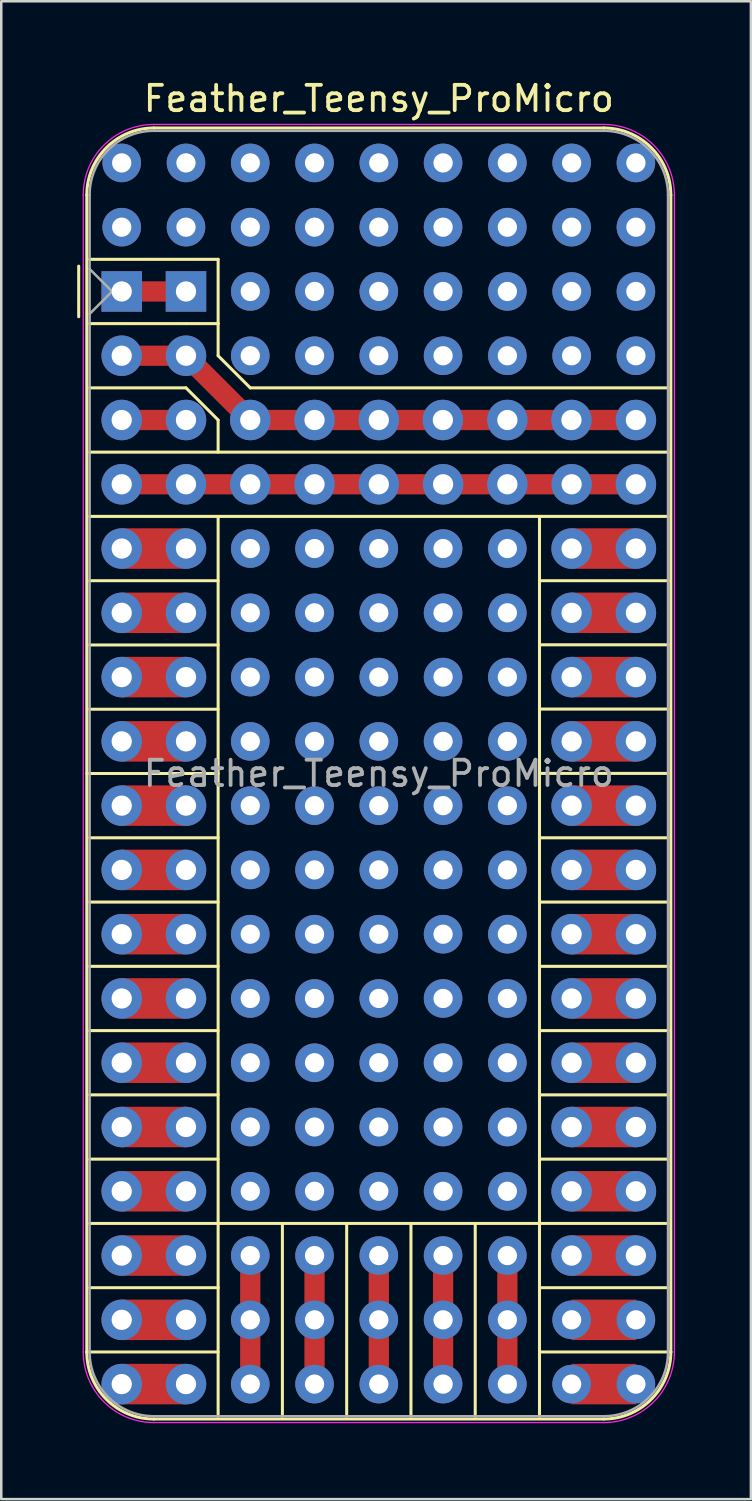
<source format=kicad_pcb>
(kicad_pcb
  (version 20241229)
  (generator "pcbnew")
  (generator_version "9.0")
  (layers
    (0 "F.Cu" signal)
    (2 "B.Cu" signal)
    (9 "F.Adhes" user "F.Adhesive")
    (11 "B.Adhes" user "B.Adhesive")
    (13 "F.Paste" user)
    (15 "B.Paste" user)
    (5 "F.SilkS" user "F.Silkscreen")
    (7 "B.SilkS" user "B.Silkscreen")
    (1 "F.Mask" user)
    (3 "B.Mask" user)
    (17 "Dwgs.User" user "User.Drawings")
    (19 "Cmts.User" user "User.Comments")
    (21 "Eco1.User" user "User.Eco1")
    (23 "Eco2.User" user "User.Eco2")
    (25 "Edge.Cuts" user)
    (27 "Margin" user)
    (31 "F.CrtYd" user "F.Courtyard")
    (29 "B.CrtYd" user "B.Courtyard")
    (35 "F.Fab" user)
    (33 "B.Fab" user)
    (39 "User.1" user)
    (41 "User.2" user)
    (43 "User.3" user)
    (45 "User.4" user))
  (footprint "Feather_Teensy_ProMicro"
    (layer "F.Cu")
    (at 1.76 8.468)
    (property "Reference" "Feather_Teensy_ProMicro" (at 10.16 -7.62 0) (layer "F.SilkS") (effects (font (size 1 1) (thickness 0.15))))
    (attr through_hole)
    (fp_line (start -1.7 1) (end -1.7 -1) (stroke (width 0.12) (type solid)) (layer "F.SilkS"))
    (fp_line (start -1.38 -3.81) (end -1.38 41.91) (stroke (width 0.12) (type solid)) (layer "F.SilkS"))
    (fp_line (start -1.38 19.05) (end 3.81 19.05) (stroke (width 0.12) (type solid)) (layer "F.SilkS"))
    (fp_line (start -1.27 1.27) (end 2.54 1.27) (stroke (width 0.12) (type solid)) (layer "F.SilkS"))
    (fp_line (start -1.27 6.35) (end 21.59 6.35) (stroke (width 0.12) (type solid)) (layer "F.SilkS"))
    (fp_line (start -1.27 8.89) (end 21.59 8.89) (stroke (width 0.12) (type solid)) (layer "F.SilkS"))
    (fp_line (start -1.27 11.43) (end 3.81 11.43) (stroke (width 0.12) (type solid)) (layer "F.SilkS"))
    (fp_line (start -1.27 13.97) (end 3.81 13.97) (stroke (width 0.12) (type solid)) (layer "F.SilkS"))
    (fp_line (start -1.27 16.51) (end 3.81 16.51) (stroke (width 0.12) (type solid)) (layer "F.SilkS"))
    (fp_line (start -1.27 21.59) (end 3.81 21.59) (stroke (width 0.12) (type solid)) (layer "F.SilkS"))
    (fp_line (start -1.27 24.13) (end 3.81 24.13) (stroke (width 0.12) (type solid)) (layer "F.SilkS"))
    (fp_line (start -1.27 26.67) (end 3.81 26.67) (stroke (width 0.12) (type solid)) (layer "F.SilkS"))
    (fp_line (start -1.27 29.21) (end 3.81 29.21) (stroke (width 0.12) (type solid)) (layer "F.SilkS"))
    (fp_line (start -1.27 31.75) (end 3.81 31.75) (stroke (width 0.12) (type solid)) (layer "F.SilkS"))
    (fp_line (start -1.27 34.29) (end 3.81 34.29) (stroke (width 0.12) (type solid)) (layer "F.SilkS"))
    (fp_line (start -1.27 36.83) (end 3.81 36.83) (stroke (width 0.12) (type solid)) (layer "F.SilkS"))
    (fp_line (start -1.27 39.37) (end 3.81 39.37) (stroke (width 0.12) (type solid)) (layer "F.SilkS"))
    (fp_line (start 2.54 1.27) (end 3.81 1.27) (stroke (width 0.12) (type solid)) (layer "F.SilkS"))
    (fp_line (start 2.54 3.81) (end -1.27 3.81) (stroke (width 0.12) (type solid)) (layer "F.SilkS"))
    (fp_line (start 2.54 3.81) (end 3.81 5.08) (stroke (width 0.12) (type solid)) (layer "F.SilkS"))
    (fp_line (start 3.81 -1.27) (end -1.27 -1.27) (stroke (width 0.12) (type solid)) (layer "F.SilkS"))
    (fp_line (start 3.81 1.27) (end 3.81 -1.27) (stroke (width 0.12) (type solid)) (layer "F.SilkS"))
    (fp_line (start 3.81 1.27) (end 3.81 2.54) (stroke (width 0.12) (type solid)) (layer "F.SilkS"))
    (fp_line (start 3.81 2.54) (end 5.08 3.81) (stroke (width 0.12) (type solid)) (layer "F.SilkS"))
    (fp_line (start 3.81 5.08) (end 3.81 6.35) (stroke (width 0.12) (type solid)) (layer "F.SilkS"))
    (fp_line (start 3.81 36.83) (end 16.51 36.83) (stroke (width 0.12) (type solid)) (layer "F.SilkS"))
    (fp_line (start 3.81 39.37) (end 3.81 8.89) (stroke (width 0.12) (type solid)) (layer "F.SilkS"))
    (fp_line (start 3.81 39.37) (end 3.81 44.45) (stroke (width 0.12) (type solid)) (layer "F.SilkS"))
    (fp_line (start 3.81 41.91) (end -1.38 41.91) (stroke (width 0.12) (type solid)) (layer "F.SilkS"))
    (fp_line (start 5.08 3.81) (end 21.59 3.81) (stroke (width 0.12) (type solid)) (layer "F.SilkS"))
    (fp_line (start 6.35 36.83) (end 6.35 44.45) (stroke (width 0.12) (type solid)) (layer "F.SilkS"))
    (fp_line (start 8.89 36.83) (end 8.89 44.45) (stroke (width 0.12) (type solid)) (layer "F.SilkS"))
    (fp_line (start 11.43 36.83) (end 11.43 44.45) (stroke (width 0.12) (type solid)) (layer "F.SilkS"))
    (fp_line (start 13.97 36.83) (end 13.97 44.45) (stroke (width 0.12) (type solid)) (layer "F.SilkS"))
    (fp_line (start 16.51 13.963) (end 21.59 13.963) (stroke (width 0.12) (type solid)) (layer "F.SilkS"))
    (fp_line (start 16.51 16.504) (end 21.59 16.504) (stroke (width 0.12) (type solid)) (layer "F.SilkS"))
    (fp_line (start 16.51 19.046) (end 21.59 19.046) (stroke (width 0.12) (type solid)) (layer "F.SilkS"))
    (fp_line (start 16.51 8.89) (end 16.51 39.37) (stroke (width 0.12) (type solid)) (layer "F.SilkS"))
    (fp_line (start 16.51 11.43) (end 21.59 11.43) (stroke (width 0.12) (type solid)) (layer "F.SilkS"))
    (fp_line (start 16.51 21.59) (end 21.59 21.59) (stroke (width 0.12) (type solid)) (layer "F.SilkS"))
    (fp_line (start 16.51 24.13) (end 21.59 24.13) (stroke (width 0.12) (type solid)) (layer "F.SilkS"))
    (fp_line (start 16.51 26.67) (end 21.59 26.67) (stroke (width 0.12) (type solid)) (layer "F.SilkS"))
    (fp_line (start 16.51 29.21) (end 21.59 29.21) (stroke (width 0.12) (type solid)) (layer "F.SilkS"))
    (fp_line (start 16.51 31.75) (end 21.59 31.75) (stroke (width 0.12) (type solid)) (layer "F.SilkS"))
    (fp_line (start 16.51 34.29) (end 21.59 34.29) (stroke (width 0.12) (type solid)) (layer "F.SilkS"))
    (fp_line (start 16.51 36.83) (end 21.59 36.83) (stroke (width 0.12) (type solid)) (layer "F.SilkS"))
    (fp_line (start 16.51 39.37) (end 16.51 44.45) (stroke (width 0.12) (type solid)) (layer "F.SilkS"))
    (fp_line (start 16.51 41.91) (end 21.7 41.91) (stroke (width 0.12) (type solid)) (layer "F.SilkS"))
    (fp_line (start 19.05 -6.46) (end 1.27 -6.46) (stroke (width 0.12) (type solid)) (layer "F.SilkS"))
    (fp_line (start 19.05 44.56) (end 1.27 44.56) (stroke (width 0.12) (type solid)) (layer "F.SilkS"))
    (fp_line (start 21.59 39.37) (end 16.51 39.37) (stroke (width 0.12) (type solid)) (layer "F.SilkS"))
    (fp_line (start 21.7 -3.81) (end 21.7 41.91) (stroke (width 0.12) (type solid)) (layer "F.SilkS"))
    (fp_arc (start -1.38 -3.81) (mid -0.603833 -5.683833) (end 1.27 -6.46) (stroke (width 0.12) (type solid)) (layer "F.SilkS"))
    (fp_arc (start 1.27 44.56) (mid -0.603833 43.783833) (end -1.38 41.91) (stroke (width 0.12) (type solid)) (layer "F.SilkS"))
    (fp_arc (start 19.05 -6.46) (mid 20.923833 -5.683833) (end 21.7 -3.81) (stroke (width 0.12) (type solid)) (layer "F.SilkS"))
    (fp_arc (start 21.7 41.91) (mid 20.923833 43.783833) (end 19.05 44.56) (stroke (width 0.12) (type solid)) (layer "F.SilkS"))
    (fp_line (start -1.52 41.91) (end -1.52 -3.81) (stroke (width 0.05) (type solid)) (layer "F.CrtYd"))
    (fp_line (start 19.05 -6.6) (end 1.27 -6.6) (stroke (width 0.05) (type solid)) (layer "F.CrtYd"))
    (fp_line (start 19.05 44.7) (end 1.27 44.7) (stroke (width 0.05) (type solid)) (layer "F.CrtYd"))
    (fp_line (start 21.84 41.91) (end 21.84 -3.81) (stroke (width 0.05) (type solid)) (layer "F.CrtYd"))
    (fp_arc (start -1.52 -3.81) (mid -0.702828 -5.782828) (end 1.27 -6.6) (stroke (width 0.05) (type solid)) (layer "F.CrtYd"))
    (fp_arc (start 1.27 44.7) (mid -0.702828 43.882828) (end -1.52 41.91) (stroke (width 0.05) (type solid)) (layer "F.CrtYd"))
    (fp_arc (start 19.05 -6.6) (mid 21.022828 -5.782828) (end 21.84 -3.81) (stroke (width 0.05) (type solid)) (layer "F.CrtYd"))
    (fp_arc (start 21.84 41.91) (mid 21.022828 43.882828) (end 19.05 44.7) (stroke (width 0.05) (type solid)) (layer "F.CrtYd"))
    (fp_line (start -1.27 -3.81) (end -1.27 41.91) (stroke (width 0.1) (type solid)) (layer "F.Fab"))
    (fp_line (start -1.27 -0.889) (end -0.381 0) (stroke (width 0.1) (type solid)) (layer "F.Fab"))
    (fp_line (start -0.381 0) (end -1.27 0.889) (stroke (width 0.1) (type solid)) (layer "F.Fab"))
    (fp_line (start 1.27 44.45) (end 19.05 44.45) (stroke (width 0.1) (type solid)) (layer "F.Fab"))
    (fp_line (start 19.05 -6.35) (end 1.27 -6.35) (stroke (width 0.1) (type solid)) (layer "F.Fab"))
    (fp_line (start 21.59 41.91) (end 21.59 -3.81) (stroke (width 0.1) (type solid)) (layer "F.Fab"))
    (fp_arc (start -1.27 -3.81) (mid -0.526051 -5.606051) (end 1.27 -6.35) (stroke (width 0.1) (type solid)) (layer "F.Fab"))
    (fp_arc (start 1.221238 44.449532) (mid -0.543209 43.688728) (end -1.27 41.91) (stroke (width 0.1) (type solid)) (layer "F.Fab"))
    (fp_arc (start 19.05 -6.35) (mid 20.846051 -5.606051) (end 21.59 -3.81) (stroke (width 0.1) (type solid)) (layer "F.Fab"))
    (fp_arc (start 21.59 41.91) (mid 20.846051 43.706051) (end 19.05 44.45) (stroke (width 0.1) (type solid)) (layer "F.Fab"))
    (fp_text user "${REFERENCE}" (at 10.16 19.05 180) (layer "F.Fab") (effects (font (size 1 1) (thickness 0.15))))
    (pad "" thru_hole circle (at 0 -5.08) (size 1.524 1.524) (drill 0.762) (layers "*.Cu" "*.Mask"))
    (pad "" thru_hole circle (at 0 -2.54) (size 1.524 1.524) (drill 0.762) (layers "*.Cu" "*.Mask"))
    (pad "" thru_hole circle (at 2.54 -5.08) (size 1.524 1.524) (drill 0.762) (layers "*.Cu" "*.Mask"))
    (pad "" thru_hole circle (at 2.54 -2.54) (size 1.524 1.524) (drill 0.762) (layers "*.Cu" "*.Mask"))
    (pad "" thru_hole circle (at 5.08 -5.08) (size 1.524 1.524) (drill 0.762) (layers "*.Cu" "*.Mask"))
    (pad "" thru_hole circle (at 5.08 -2.54) (size 1.524 1.524) (drill 0.762) (layers "*.Cu" "*.Mask"))
    (pad "" thru_hole circle (at 5.08 0) (size 1.524 1.524) (drill 0.762) (layers "*.Cu" "*.Mask"))
    (pad "" thru_hole circle (at 5.08 2.54) (size 1.524 1.524) (drill 0.762) (layers "*.Cu" "*.Mask"))
    (pad "" thru_hole circle (at 5.08 10.16) (size 1.524 1.524) (drill 0.762) (layers "*.Cu" "*.Mask"))
    (pad "" thru_hole circle (at 5.08 12.7) (size 1.524 1.524) (drill 0.762) (layers "*.Cu" "*.Mask"))
    (pad "" thru_hole circle (at 5.08 15.24) (size 1.524 1.524) (drill 0.762) (layers "*.Cu" "*.Mask"))
    (pad "" thru_hole circle (at 5.08 17.78) (size 1.524 1.524) (drill 0.762) (layers "*.Cu" "*.Mask"))
    (pad "" thru_hole circle (at 5.08 20.32) (size 1.524 1.524) (drill 0.762) (layers "*.Cu" "*.Mask"))
    (pad "" thru_hole circle (at 5.08 22.86) (size 1.524 1.524) (drill 0.762) (layers "*.Cu" "*.Mask"))
    (pad "" thru_hole circle (at 5.08 25.4) (size 1.524 1.524) (drill 0.762) (layers "*.Cu" "*.Mask"))
    (pad "" thru_hole circle (at 5.08 27.94) (size 1.524 1.524) (drill 0.762) (layers "*.Cu" "*.Mask"))
    (pad "" thru_hole circle (at 5.08 30.48) (size 1.524 1.524) (drill 0.762) (layers "*.Cu" "*.Mask"))
    (pad "" thru_hole circle (at 5.08 33.02) (size 1.524 1.524) (drill 0.762) (layers "*.Cu" "*.Mask"))
    (pad "" thru_hole circle (at 5.08 35.56) (size 1.524 1.524) (drill 0.762) (layers "*.Cu" "*.Mask"))
    (pad "" thru_hole circle (at 5.08 38.1) (size 1.524 1.524) (drill 0.762) (layers "*.Cu" "*.Mask"))
    (pad "" smd rect (at 5.08 39.37 90) (size 2.54 0.8) (layers "F.Cu" "F.Mask"))
    (pad "" thru_hole circle (at 5.08 40.64) (size 1.524 1.524) (drill 0.762) (layers "*.Cu" "*.Mask"))
    (pad "" smd rect (at 5.08 41.91 90) (size 2.54 0.8) (layers "F.Cu" "F.Mask"))
    (pad "" thru_hole circle (at 5.08 43.18) (size 1.524 1.524) (drill 0.762) (layers "*.Cu" "*.Mask"))
    (pad "" thru_hole circle (at 7.62 -5.08) (size 1.524 1.524) (drill 0.762) (layers "*.Cu" "*.Mask"))
    (pad "" thru_hole circle (at 7.62 -2.54) (size 1.524 1.524) (drill 0.762) (layers "*.Cu" "*.Mask"))
    (pad "" thru_hole circle (at 7.62 0) (size 1.524 1.524) (drill 0.762) (layers "*.Cu" "*.Mask"))
    (pad "" thru_hole circle (at 7.62 2.54) (size 1.524 1.524) (drill 0.762) (layers "*.Cu" "*.Mask"))
    (pad "" thru_hole circle (at 7.62 10.16) (size 1.524 1.524) (drill 0.762) (layers "*.Cu" "*.Mask"))
    (pad "" thru_hole circle (at 7.62 12.7) (size 1.524 1.524) (drill 0.762) (layers "*.Cu" "*.Mask"))
    (pad "" thru_hole circle (at 7.62 15.24) (size 1.524 1.524) (drill 0.762) (layers "*.Cu" "*.Mask"))
    (pad "" thru_hole circle (at 7.62 17.78) (size 1.524 1.524) (drill 0.762) (layers "*.Cu" "*.Mask"))
    (pad "" thru_hole circle (at 7.62 20.32) (size 1.524 1.524) (drill 0.762) (layers "*.Cu" "*.Mask"))
    (pad "" thru_hole circle (at 7.62 22.86) (size 1.524 1.524) (drill 0.762) (layers "*.Cu" "*.Mask"))
    (pad "" thru_hole circle (at 7.62 25.4) (size 1.524 1.524) (drill 0.762) (layers "*.Cu" "*.Mask"))
    (pad "" thru_hole circle (at 7.62 27.94) (size 1.524 1.524) (drill 0.762) (layers "*.Cu" "*.Mask"))
    (pad "" thru_hole circle (at 7.62 30.48) (size 1.524 1.524) (drill 0.762) (layers "*.Cu" "*.Mask"))
    (pad "" thru_hole circle (at 7.62 33.02) (size 1.524 1.524) (drill 0.762) (layers "*.Cu" "*.Mask"))
    (pad "" thru_hole circle (at 7.62 35.56) (size 1.524 1.524) (drill 0.762) (layers "*.Cu" "*.Mask"))
    (pad "" thru_hole circle (at 7.62 38.1) (size 1.524 1.524) (drill 0.762) (layers "*.Cu" "*.Mask"))
    (pad "" smd rect (at 7.62 39.37 90) (size 2.54 0.8) (layers "F.Cu" "F.Mask"))
    (pad "" thru_hole circle (at 7.62 40.64) (size 1.524 1.524) (drill 0.762) (layers "*.Cu" "*.Mask"))
    (pad "" smd rect (at 7.62 41.91 90) (size 2.54 0.8) (layers "F.Cu" "F.Mask"))
    (pad "" thru_hole circle (at 7.62 43.18) (size 1.524 1.524) (drill 0.762) (layers "*.Cu" "*.Mask"))
    (pad "" thru_hole circle (at 10.16 -5.08) (size 1.524 1.524) (drill 0.762) (layers "*.Cu" "*.Mask"))
    (pad "" thru_hole circle (at 10.16 -2.54) (size 1.524 1.524) (drill 0.762) (layers "*.Cu" "*.Mask"))
    (pad "" thru_hole circle (at 10.16 0) (size 1.524 1.524) (drill 0.762) (layers "*.Cu" "*.Mask"))
    (pad "" thru_hole circle (at 10.16 2.54) (size 1.524 1.524) (drill 0.762) (layers "*.Cu" "*.Mask"))
    (pad "" thru_hole circle (at 10.16 10.16) (size 1.524 1.524) (drill 0.762) (layers "*.Cu" "*.Mask"))
    (pad "" thru_hole circle (at 10.16 12.7) (size 1.524 1.524) (drill 0.762) (layers "*.Cu" "*.Mask"))
    (pad "" thru_hole circle (at 10.16 15.24) (size 1.524 1.524) (drill 0.762) (layers "*.Cu" "*.Mask"))
    (pad "" thru_hole circle (at 10.16 17.78) (size 1.524 1.524) (drill 0.762) (layers "*.Cu" "*.Mask"))
    (pad "" thru_hole circle (at 10.16 20.32) (size 1.524 1.524) (drill 0.762) (layers "*.Cu" "*.Mask"))
    (pad "" thru_hole circle (at 10.16 22.86) (size 1.524 1.524) (drill 0.762) (layers "*.Cu" "*.Mask"))
    (pad "" thru_hole circle (at 10.16 25.4) (size 1.524 1.524) (drill 0.762) (layers "*.Cu" "*.Mask"))
    (pad "" thru_hole circle (at 10.16 27.94) (size 1.524 1.524) (drill 0.762) (layers "*.Cu" "*.Mask"))
    (pad "" thru_hole circle (at 10.16 30.48) (size 1.524 1.524) (drill 0.762) (layers "*.Cu" "*.Mask"))
    (pad "" thru_hole circle (at 10.16 33.02) (size 1.524 1.524) (drill 0.762) (layers "*.Cu" "*.Mask"))
    (pad "" thru_hole circle (at 10.16 35.56) (size 1.524 1.524) (drill 0.762) (layers "*.Cu" "*.Mask"))
    (pad "" thru_hole circle (at 10.16 38.1) (size 1.524 1.524) (drill 0.762) (layers "*.Cu" "*.Mask"))
    (pad "" smd rect (at 10.16 39.37 90) (size 2.54 0.8) (layers "F.Cu" "F.Mask"))
    (pad "" thru_hole circle (at 10.16 40.64) (size 1.524 1.524) (drill 0.762) (layers "*.Cu" "*.Mask"))
    (pad "" smd rect (at 10.16 41.91 90) (size 2.54 0.8) (layers "F.Cu" "F.Mask"))
    (pad "" thru_hole circle (at 10.16 43.18) (size 1.524 1.524) (drill 0.762) (layers "*.Cu" "*.Mask"))
    (pad "" thru_hole circle (at 12.7 -5.08) (size 1.524 1.524) (drill 0.762) (layers "*.Cu" "*.Mask"))
    (pad "" thru_hole circle (at 12.7 -2.54) (size 1.524 1.524) (drill 0.762) (layers "*.Cu" "*.Mask"))
    (pad "" thru_hole circle (at 12.7 0) (size 1.524 1.524) (drill 0.762) (layers "*.Cu" "*.Mask"))
    (pad "" thru_hole circle (at 12.7 2.54) (size 1.524 1.524) (drill 0.762) (layers "*.Cu" "*.Mask"))
    (pad "" thru_hole circle (at 12.7 10.16) (size 1.524 1.524) (drill 0.762) (layers "*.Cu" "*.Mask"))
    (pad "" thru_hole circle (at 12.7 12.7) (size 1.524 1.524) (drill 0.762) (layers "*.Cu" "*.Mask"))
    (pad "" thru_hole circle (at 12.7 15.24) (size 1.524 1.524) (drill 0.762) (layers "*.Cu" "*.Mask"))
    (pad "" thru_hole circle (at 12.7 17.78) (size 1.524 1.524) (drill 0.762) (layers "*.Cu" "*.Mask"))
    (pad "" thru_hole circle (at 12.7 20.32) (size 1.524 1.524) (drill 0.762) (layers "*.Cu" "*.Mask"))
    (pad "" thru_hole circle (at 12.7 22.86) (size 1.524 1.524) (drill 0.762) (layers "*.Cu" "*.Mask"))
    (pad "" thru_hole circle (at 12.7 25.4) (size 1.524 1.524) (drill 0.762) (layers "*.Cu" "*.Mask"))
    (pad "" thru_hole circle (at 12.7 27.94) (size 1.524 1.524) (drill 0.762) (layers "*.Cu" "*.Mask"))
    (pad "" thru_hole circle (at 12.7 30.48) (size 1.524 1.524) (drill 0.762) (layers "*.Cu" "*.Mask"))
    (pad "" thru_hole circle (at 12.7 33.02) (size 1.524 1.524) (drill 0.762) (layers "*.Cu" "*.Mask"))
    (pad "" thru_hole circle (at 12.7 35.56) (size 1.524 1.524) (drill 0.762) (layers "*.Cu" "*.Mask"))
    (pad "" thru_hole circle (at 12.7 38.1) (size 1.524 1.524) (drill 0.762) (layers "*.Cu" "*.Mask"))
    (pad "" smd rect (at 12.7 39.37 90) (size 2.54 0.8) (layers "F.Cu" "F.Mask"))
    (pad "" thru_hole circle (at 12.7 40.64) (size 1.524 1.524) (drill 0.762) (layers "*.Cu" "*.Mask"))
    (pad "" smd rect (at 12.7 41.91 90) (size 2.54 0.8) (layers "F.Cu" "F.Mask"))
    (pad "" thru_hole circle (at 12.7 43.18) (size 1.524 1.524) (drill 0.762) (layers "*.Cu" "*.Mask"))
    (pad "" thru_hole circle (at 15.24 -5.08) (size 1.524 1.524) (drill 0.762) (layers "*.Cu" "*.Mask"))
    (pad "" thru_hole circle (at 15.24 -2.54) (size 1.524 1.524) (drill 0.762) (layers "*.Cu" "*.Mask"))
    (pad "" thru_hole circle (at 15.24 0) (size 1.524 1.524) (drill 0.762) (layers "*.Cu" "*.Mask"))
    (pad "" thru_hole circle (at 15.24 2.54) (size 1.524 1.524) (drill 0.762) (layers "*.Cu" "*.Mask"))
    (pad "" thru_hole circle (at 15.24 10.16) (size 1.524 1.524) (drill 0.762) (layers "*.Cu" "*.Mask"))
    (pad "" thru_hole circle (at 15.24 12.7) (size 1.524 1.524) (drill 0.762) (layers "*.Cu" "*.Mask"))
    (pad "" thru_hole circle (at 15.24 15.24) (size 1.524 1.524) (drill 0.762) (layers "*.Cu" "*.Mask"))
    (pad "" thru_hole circle (at 15.24 17.78) (size 1.524 1.524) (drill 0.762) (layers "*.Cu" "*.Mask"))
    (pad "" thru_hole circle (at 15.24 20.32) (size 1.524 1.524) (drill 0.762) (layers "*.Cu" "*.Mask"))
    (pad "" thru_hole circle (at 15.24 22.86) (size 1.524 1.524) (drill 0.762) (layers "*.Cu" "*.Mask"))
    (pad "" thru_hole circle (at 15.24 25.4) (size 1.524 1.524) (drill 0.762) (layers "*.Cu" "*.Mask"))
    (pad "" thru_hole circle (at 15.24 27.94) (size 1.524 1.524) (drill 0.762) (layers "*.Cu" "*.Mask"))
    (pad "" thru_hole circle (at 15.24 30.48) (size 1.524 1.524) (drill 0.762) (layers "*.Cu" "*.Mask"))
    (pad "" thru_hole circle (at 15.24 33.02) (size 1.524 1.524) (drill 0.762) (layers "*.Cu" "*.Mask"))
    (pad "" thru_hole circle (at 15.24 35.56) (size 1.524 1.524) (drill 0.762) (layers "*.Cu" "*.Mask"))
    (pad "" thru_hole circle (at 15.24 38.1) (size 1.524 1.524) (drill 0.762) (layers "*.Cu" "*.Mask"))
    (pad "" smd rect (at 15.24 39.37 90) (size 2.54 0.8) (layers "F.Cu" "F.Mask"))
    (pad "" thru_hole circle (at 15.24 40.64) (size 1.524 1.524) (drill 0.762) (layers "*.Cu" "*.Mask"))
    (pad "" smd rect (at 15.24 41.91 90) (size 2.54 0.8) (layers "F.Cu" "F.Mask"))
    (pad "" thru_hole circle (at 15.24 43.18) (size 1.524 1.524) (drill 0.762) (layers "*.Cu" "*.Mask"))
    (pad "" thru_hole circle (at 17.78 -5.08) (size 1.524 1.524) (drill 0.762) (layers "*.Cu" "*.Mask"))
    (pad "" thru_hole circle (at 17.78 -2.54) (size 1.524 1.524) (drill 0.762) (layers "*.Cu" "*.Mask"))
    (pad "" thru_hole circle (at 17.78 0) (size 1.524 1.524) (drill 0.762) (layers "*.Cu" "*.Mask"))
    (pad "" thru_hole circle (at 17.78 2.54) (size 1.524 1.524) (drill 0.762) (layers "*.Cu" "*.Mask"))
    (pad "" thru_hole circle (at 20.32 -5.08) (size 1.524 1.524) (drill 0.762) (layers "*.Cu" "*.Mask"))
    (pad "" thru_hole circle (at 20.32 -2.54) (size 1.524 1.524) (drill 0.762) (layers "*.Cu" "*.Mask"))
    (pad "" thru_hole circle (at 20.32 0) (size 1.524 1.524) (drill 0.762) (layers "*.Cu" "*.Mask"))
    (pad "" thru_hole circle (at 20.32 2.54) (size 1.524 1.524) (drill 0.762) (layers "*.Cu" "*.Mask"))
    (pad "1" thru_hole rect (at 0 0 180) (size 1.6 1.6) (drill 0.8) (layers "*.Cu" "*.Mask"))
    (pad "1" smd rect (at 1.27 0) (size 1.4 0.8) (layers "F.Cu" "F.Mask"))
    (pad "1" thru_hole rect (at 2.54 0 180) (size 1.6 1.6) (drill 0.8) (layers "*.Cu" "*.Mask"))
    (pad "2" thru_hole circle (at 0 2.54 180) (size 1.6 1.6) (drill 0.8) (layers "*.Cu" "*.Mask"))
    (pad "2" smd rect (at 1.27 2.54) (size 1.4 0.8) (layers "F.Cu" "F.Mask"))
    (pad "2" thru_hole circle (at 2.54 2.54 180) (size 1.6 1.6) (drill 0.8) (layers "*.Cu" "*.Mask"))
    (pad "2" smd rect (at 3.81 3.81 315) (size 2.54 0.8) (layers "F.Cu" "F.Mask"))
    (pad "2" thru_hole circle (at 5.08 5.08 180) (size 1.6 1.6) (drill 0.8) (layers "*.Cu" "*.Mask"))
    (pad "2" smd rect (at 6.35 5.08) (size 1.4 0.8) (layers "F.Cu" "F.Mask"))
    (pad "2" thru_hole circle (at 7.62 5.08 180) (size 1.6 1.6) (drill 0.8) (layers "*.Cu" "*.Mask"))
    (pad "2" smd rect (at 8.89 5.08) (size 1.4 0.8) (layers "F.Cu" "F.Mask"))
    (pad "2" thru_hole circle (at 10.16 5.08 180) (size 1.6 1.6) (drill 0.8) (layers "*.Cu" "*.Mask"))
    (pad "2" smd rect (at 11.43 5.08) (size 1.4 0.8) (layers "F.Cu" "F.Mask"))
    (pad "2" thru_hole circle (at 12.691 5.08 180) (size 1.6 1.6) (drill 0.8) (layers "*.Cu" "*.Mask"))
    (pad "2" smd rect (at 13.97 5.08) (size 1.4 0.8) (layers "F.Cu" "F.Mask"))
    (pad "2" thru_hole circle (at 15.24 5.08 180) (size 1.6 1.6) (drill 0.8) (layers "*.Cu" "*.Mask"))
    (pad "2" smd rect (at 16.51 5.08) (size 1.4 0.8) (layers "F.Cu" "F.Mask"))
    (pad "2" thru_hole circle (at 17.773 5.08 180) (size 1.6 1.6) (drill 0.8) (layers "*.Cu" "*.Mask"))
    (pad "2" smd rect (at 19.05 5.08) (size 1.4 0.8) (layers "F.Cu" "F.Mask"))
    (pad "2" thru_hole circle (at 20.32 5.08 180) (size 1.6 1.6) (drill 0.8) (layers "*.Cu" "*.Mask"))
    (pad "3" thru_hole circle (at 0 5.08 180) (size 1.6 1.6) (drill 0.8) (layers "*.Cu" "*.Mask"))
    (pad "3" smd rect (at 1.27 5.08) (size 1.4 0.8) (layers "F.Cu" "F.Mask"))
    (pad "3" thru_hole circle (at 2.54 5.08 180) (size 1.6 1.6) (drill 0.8) (layers "*.Cu" "*.Mask"))
    (pad "4" thru_hole circle (at 0 7.62 180) (size 1.6 1.6) (drill 0.8) (layers "*.Cu" "*.Mask"))
    (pad "4" smd rect (at 1.27 7.62) (size 1.4 0.8) (layers "F.Cu" "F.Mask"))
    (pad "4" thru_hole circle (at 2.54 7.62 180) (size 1.6 1.6) (drill 0.8) (layers "*.Cu" "*.Mask"))
    (pad "4" smd rect (at 3.81 7.62) (size 1.4 0.8) (layers "F.Cu" "F.Mask"))
    (pad "4" thru_hole circle (at 5.08 7.62 180) (size 1.6 1.6) (drill 0.8) (layers "*.Cu" "*.Mask"))
    (pad "4" smd rect (at 6.35 7.62) (size 1.4 0.8) (layers "F.Cu" "F.Mask"))
    (pad "4" thru_hole circle (at 7.62 7.62 180) (size 1.6 1.6) (drill 0.8) (layers "*.Cu" "*.Mask"))
    (pad "4" smd rect (at 8.89 7.62) (size 1.4 0.8) (layers "F.Cu" "F.Mask"))
    (pad "4" thru_hole circle (at 10.16 7.62 180) (size 1.6 1.6) (drill 0.8) (layers "*.Cu" "*.Mask"))
    (pad "4" smd rect (at 11.43 7.62) (size 1.4 0.8) (layers "F.Cu" "F.Mask"))
    (pad "4" thru_hole circle (at 12.7 7.62 180) (size 1.6 1.6) (drill 0.8) (layers "*.Cu" "*.Mask"))
    (pad "4" smd rect (at 13.97 7.62) (size 1.4 0.8) (layers "F.Cu" "F.Mask"))
    (pad "4" thru_hole circle (at 15.24 7.62 180) (size 1.6 1.6) (drill 0.8) (layers "*.Cu" "*.Mask"))
    (pad "4" smd rect (at 16.51 7.62) (size 1.4 0.8) (layers "F.Cu" "F.Mask"))
    (pad "4" thru_hole circle (at 17.78 7.62 180) (size 1.6 1.6) (drill 0.8) (layers "*.Cu" "*.Mask"))
    (pad "4" smd rect (at 19.05 7.62) (size 1.4 0.8) (layers "F.Cu" "F.Mask"))
    (pad "4" thru_hole circle (at 20.32 7.62 180) (size 1.6 1.6) (drill 0.8) (layers "*.Cu" "*.Mask"))
    (pad "5" thru_hole circle (at 0 10.16 180) (size 1.6 1.6) (drill 0.8) (layers "*.Cu" "*.Mask"))
    (pad "5" smd rect (at 1.27 10.16) (size 2.54 1.6) (layers "F.Cu" "F.Mask"))
    (pad "5" thru_hole circle (at 2.54 10.16 180) (size 1.6 1.6) (drill 0.8) (layers "*.Cu" "*.Mask"))
    (pad "6" thru_hole circle (at 0 12.7 180) (size 1.6 1.6) (drill 0.8) (layers "*.Cu" "*.Mask"))
    (pad "6" smd rect (at 1.27 12.7) (size 2.54 1.6) (layers "F.Cu" "F.Mask"))
    (pad "6" thru_hole circle (at 2.54 12.7 180) (size 1.6 1.6) (drill 0.8) (layers "*.Cu" "*.Mask"))
    (pad "7" thru_hole circle (at 0 15.24 180) (size 1.6 1.6) (drill 0.8) (layers "*.Cu" "*.Mask"))
    (pad "7" smd rect (at 1.27 15.24) (size 2.54 1.6) (layers "F.Cu" "F.Mask"))
    (pad "7" thru_hole circle (at 2.54 15.24 180) (size 1.6 1.6) (drill 0.8) (layers "*.Cu" "*.Mask"))
    (pad "8" thru_hole circle (at 0 17.78 180) (size 1.6 1.6) (drill 0.8) (layers "*.Cu" "*.Mask"))
    (pad "8" smd rect (at 1.27 17.78) (size 2.54 1.6) (layers "F.Cu" "F.Mask"))
    (pad "8" thru_hole circle (at 2.54 17.78 180) (size 1.6 1.6) (drill 0.8) (layers "*.Cu" "*.Mask"))
    (pad "9" thru_hole circle (at 0 20.32 180) (size 1.6 1.6) (drill 0.8) (layers "*.Cu" "*.Mask"))
    (pad "9" smd rect (at 1.27 20.32) (size 2.54 1.6) (layers "F.Cu" "F.Mask"))
    (pad "9" thru_hole circle (at 2.54 20.32 180) (size 1.6 1.6) (drill 0.8) (layers "*.Cu" "*.Mask"))
    (pad "10" thru_hole circle (at 0 22.86 180) (size 1.6 1.6) (drill 0.8) (layers "*.Cu" "*.Mask"))
    (pad "10" smd rect (at 1.27 22.86) (size 2.54 1.6) (layers "F.Cu" "F.Mask"))
    (pad "10" thru_hole circle (at 2.54 22.86 180) (size 1.6 1.6) (drill 0.8) (layers "*.Cu" "*.Mask"))
    (pad "11" thru_hole circle (at 0 25.4 180) (size 1.6 1.6) (drill 0.8) (layers "*.Cu" "*.Mask"))
    (pad "11" smd rect (at 1.27 25.4) (size 2.54 1.6) (layers "F.Cu" "F.Mask"))
    (pad "11" thru_hole circle (at 2.54 25.4 180) (size 1.6 1.6) (drill 0.8) (layers "*.Cu" "*.Mask"))
    (pad "12" thru_hole circle (at 0 27.94 180) (size 1.6 1.6) (drill 0.8) (layers "*.Cu" "*.Mask"))
    (pad "12" smd rect (at 1.27 27.94) (size 2.54 1.6) (layers "F.Cu" "F.Mask"))
    (pad "12" thru_hole circle (at 2.54 27.94 180) (size 1.6 1.6) (drill 0.8) (layers "*.Cu" "*.Mask"))
    (pad "13" thru_hole circle (at 0 30.48 180) (size 1.6 1.6) (drill 0.8) (layers "*.Cu" "*.Mask"))
    (pad "13" smd rect (at 1.27 30.48) (size 2.54 1.6) (layers "F.Cu" "F.Mask"))
    (pad "13" thru_hole circle (at 2.54 30.48 180) (size 1.6 1.6) (drill 0.8) (layers "*.Cu" "*.Mask"))
    (pad "14" thru_hole circle (at 0 33.02 180) (size 1.6 1.6) (drill 0.8) (layers "*.Cu" "*.Mask"))
    (pad "14" smd rect (at 1.27 33.02) (size 2.54 1.6) (layers "F.Cu" "F.Mask"))
    (pad "14" thru_hole circle (at 2.54 33.02 180) (size 1.6 1.6) (drill 0.8) (layers "*.Cu" "*.Mask"))
    (pad "15" thru_hole circle (at 0 35.56 180) (size 1.6 1.6) (drill 0.8) (layers "*.Cu" "*.Mask"))
    (pad "15" smd rect (at 1.27 35.56) (size 2.54 1.6) (layers "F.Cu" "F.Mask"))
    (pad "15" thru_hole circle (at 2.54 35.56 180) (size 1.6 1.6) (drill 0.8) (layers "*.Cu" "*.Mask"))
    (pad "16" thru_hole circle (at 0 38.1 180) (size 1.6 1.6) (drill 0.8) (layers "*.Cu" "*.Mask"))
    (pad "16" smd rect (at 1.27 38.1) (size 2.54 1.6) (layers "F.Cu" "F.Mask"))
    (pad "16" thru_hole circle (at 2.54 38.1 180) (size 1.6 1.6) (drill 0.8) (layers "*.Cu" "*.Mask"))
    (pad "17" thru_hole circle (at 17.78 38.1 180) (size 1.6 1.6) (drill 0.8) (layers "*.Cu" "*.Mask"))
    (pad "17" smd rect (at 19.05 38.1) (size 2.54 1.6) (layers "F.Cu" "F.Mask"))
    (pad "17" thru_hole circle (at 20.32 38.1 180) (size 1.6 1.6) (drill 0.8) (layers "*.Cu" "*.Mask"))
    (pad "18" thru_hole circle (at 17.78 35.56 180) (size 1.6 1.6) (drill 0.8) (layers "*.Cu" "*.Mask"))
    (pad "18" smd rect (at 19.05 35.56) (size 2.54 1.6) (layers "F.Cu" "F.Mask"))
    (pad "18" thru_hole circle (at 20.32 35.56 180) (size 1.6 1.6) (drill 0.8) (layers "*.Cu" "*.Mask"))
    (pad "19" thru_hole circle (at 17.78 33.02 180) (size 1.6 1.6) (drill 0.8) (layers "*.Cu" "*.Mask"))
    (pad "19" smd rect (at 19.05 33.02) (size 2.54 1.6) (layers "F.Cu" "F.Mask"))
    (pad "19" thru_hole circle (at 20.32 33.02 180) (size 1.6 1.6) (drill 0.8) (layers "*.Cu" "*.Mask"))
    (pad "20" thru_hole circle (at 17.78 30.48 180) (size 1.6 1.6) (drill 0.8) (layers "*.Cu" "*.Mask"))
    (pad "20" smd rect (at 19.05 30.48) (size 2.54 1.6) (layers "F.Cu" "F.Mask"))
    (pad "20" thru_hole circle (at 20.32 30.48 180) (size 1.6 1.6) (drill 0.8) (layers "*.Cu" "*.Mask"))
    (pad "21" thru_hole circle (at 17.78 27.94 180) (size 1.6 1.6) (drill 0.8) (layers "*.Cu" "*.Mask"))
    (pad "21" smd rect (at 19.05 27.94) (size 2.54 1.6) (layers "F.Cu" "F.Mask"))
    (pad "21" thru_hole circle (at 20.32 27.94 180) (size 1.6 1.6) (drill 0.8) (layers "*.Cu" "*.Mask"))
    (pad "22" thru_hole circle (at 17.78 25.4 180) (size 1.6 1.6) (drill 0.8) (layers "*.Cu" "*.Mask"))
    (pad "22" smd rect (at 19.05 25.4) (size 2.54 1.6) (layers "F.Cu" "F.Mask"))
    (pad "22" thru_hole circle (at 20.32 25.4 180) (size 1.6 1.6) (drill 0.8) (layers "*.Cu" "*.Mask"))
    (pad "23" thru_hole circle (at 17.78 22.86 180) (size 1.6 1.6) (drill 0.8) (layers "*.Cu" "*.Mask"))
    (pad "23" smd rect (at 19.05 22.86) (size 2.54 1.6) (layers "F.Cu" "F.Mask"))
    (pad "23" thru_hole circle (at 20.32 22.86 180) (size 1.6 1.6) (drill 0.8) (layers "*.Cu" "*.Mask"))
    (pad "24" thru_hole circle (at 17.78 20.32 180) (size 1.6 1.6) (drill 0.8) (layers "*.Cu" "*.Mask"))
    (pad "24" smd rect (at 19.05 20.32) (size 2.54 1.6) (layers "F.Cu" "F.Mask"))
    (pad "24" thru_hole circle (at 20.32 20.32 180) (size 1.6 1.6) (drill 0.8) (layers "*.Cu" "*.Mask"))
    (pad "25" thru_hole circle (at 17.78 17.78 180) (size 1.6 1.6) (drill 0.8) (layers "*.Cu" "*.Mask"))
    (pad "25" smd rect (at 19.05 17.78) (size 2.54 1.6) (layers "F.Cu" "F.Mask"))
    (pad "25" thru_hole circle (at 20.32 17.78 180) (size 1.6 1.6) (drill 0.8) (layers "*.Cu" "*.Mask"))
    (pad "26" thru_hole circle (at 17.78 15.24 180) (size 1.6 1.6) (drill 0.8) (layers "*.Cu" "*.Mask"))
    (pad "26" smd rect (at 19.05 15.24) (size 2.54 1.6) (layers "F.Cu" "F.Mask"))
    (pad "26" thru_hole circle (at 20.32 15.24 180) (size 1.6 1.6) (drill 0.8) (layers "*.Cu" "*.Mask"))
    (pad "27" thru_hole circle (at 17.78 12.7 180) (size 1.6 1.6) (drill 0.8) (layers "*.Cu" "*.Mask"))
    (pad "27" smd rect (at 19.05 12.7) (size 2.54 1.6) (layers "F.Cu" "F.Mask"))
    (pad "27" thru_hole circle (at 20.32 12.7 180) (size 1.6 1.6) (drill 0.8) (layers "*.Cu" "*.Mask"))
    (pad "28" thru_hole circle (at 17.78 10.16 180) (size 1.6 1.6) (drill 0.8) (layers "*.Cu" "*.Mask"))
    (pad "28" smd rect (at 19.05 10.16) (size 2.54 1.6) (layers "F.Cu" "F.Mask"))
    (pad "28" thru_hole circle (at 20.32 10.16 180) (size 1.6 1.6) (drill 0.8) (layers "*.Cu" "*.Mask"))
    (pad "29" thru_hole circle (at 0 40.64 180) (size 1.6 1.6) (drill 0.8) (layers "*.Cu" "*.Mask"))
    (pad "29" smd rect (at 1.27 40.64) (size 2.54 1.6) (layers "F.Cu" "F.Mask"))
    (pad "29" thru_hole circle (at 2.54 40.64 180) (size 1.6 1.6) (drill 0.8) (layers "*.Cu" "*.Mask"))
    (pad "30" thru_hole circle (at 0 43.18 180) (size 1.6 1.6) (drill 0.8) (layers "*.Cu" "*.Mask"))
    (pad "30" smd rect (at 1.27 43.18) (size 2.54 1.6) (layers "F.Cu" "F.Mask"))
    (pad "30" thru_hole circle (at 2.54 43.18 180) (size 1.6 1.6) (drill 0.8) (layers "*.Cu" "*.Mask"))
    (pad "31" thru_hole circle (at 17.78 40.64) (size 1.524 1.524) (drill 0.762) (layers "*.Cu" "*.Mask"))
    (pad "31" smd rect (at 19.05 40.64) (size 2.54 1.6) (layers "F.Cu" "F.Mask"))
    (pad "31" thru_hole circle (at 20.32 40.64) (size 1.524 1.524) (drill 0.762) (layers "*.Cu" "*.Mask"))
    (pad "32" thru_hole circle (at 17.78 43.18) (size 1.524 1.524) (drill 0.762) (layers "*.Cu" "*.Mask"))
    (pad "32" smd rect (at 19.05 43.18) (size 2.54 1.6) (layers "F.Cu" "F.Mask"))
    (pad "32" thru_hole circle (at 20.32 43.18) (size 1.524 1.524) (drill 0.762) (layers "*.Cu" "*.Mask")))
  (gr_rect
    (start -3 -3)
    (end 26.625 56.193)
    (stroke (width 0.1) (type default))
    (fill no)
    (layer "Edge.Cuts")))
</source>
